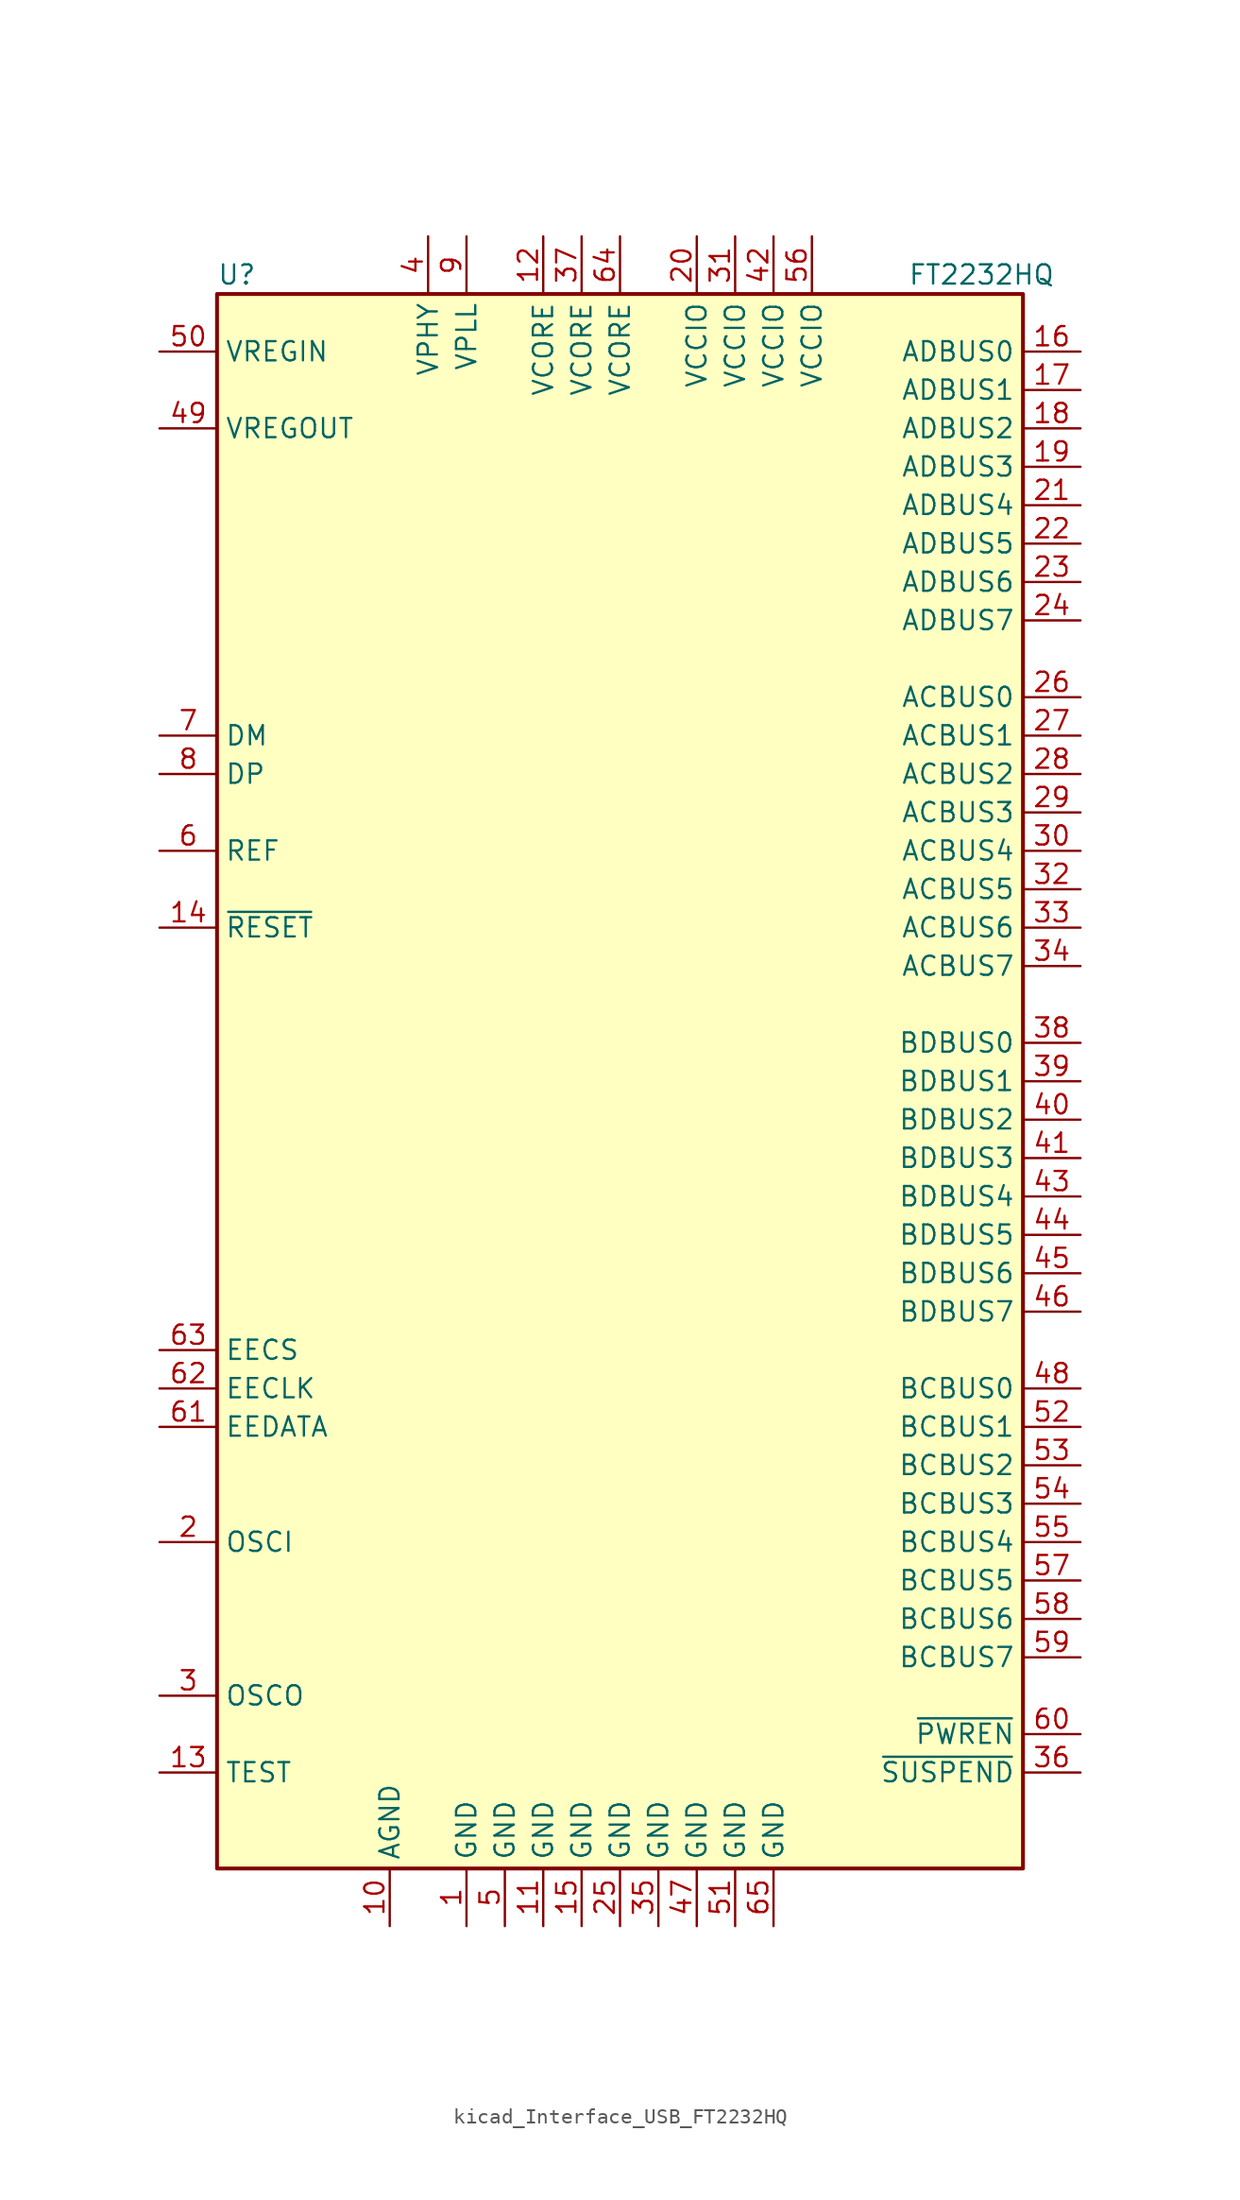
<source format=kicad_sym>
(kicad_symbol_lib
  (version 20220914)
  (generator kicad_symbol_editor)
  (symbol "kicad_Interface_USB_FT2232HQ"
    (property "Reference" "U"
      (at -26.67 53.34 0)
      (effects (font (size 1.27 1.27)) (justify left)))
    (property "Value" "FT2232HQ"
      (at 19.05 53.34 0)
      (effects (font (size 1.27 1.27)) (justify left)))
    (symbol "kicad_Interface_USB_FT2232HQ_0_1"
      (rectangle (start -26.67 -52.07) (end 26.67 52.07) (stroke (width 0.254) (type default)) (fill (type background))))
    (symbol "kicad_Interface_USB_FT2232HQ_1_1"
      (pin power_in line (at -10.16 -55.88 90) (length 3.81) (name "GND" (effects (font (size 1.27 1.27)))) (number "1" (effects (font (size 1.27 1.27)))))
      (pin power_in line (at -15.24 -55.88 90) (length 3.81) (name "AGND" (effects (font (size 1.27 1.27)))) (number "10" (effects (font (size 1.27 1.27)))))
      (pin power_in line (at -5.08 -55.88 90) (length 3.81) (name "GND" (effects (font (size 1.27 1.27)))) (number "11" (effects (font (size 1.27 1.27)))))
      (pin power_in line (at -5.08 55.88 270) (length 3.81) (name "VCORE" (effects (font (size 1.27 1.27)))) (number "12" (effects (font (size 1.27 1.27)))))
      (pin input line (at -30.48 -45.72 0) (length 3.81) (name "TEST" (effects (font (size 1.27 1.27)))) (number "13" (effects (font (size 1.27 1.27)))))
      (pin input line (at -30.48 10.16 0) (length 3.81) (name "~{RESET}" (effects (font (size 1.27 1.27)))) (number "14" (effects (font (size 1.27 1.27)))))
      (pin power_in line (at -2.54 -55.88 90) (length 3.81) (name "GND" (effects (font (size 1.27 1.27)))) (number "15" (effects (font (size 1.27 1.27)))))
      (pin bidirectional line (at 30.48 48.26 180) (length 3.81) (name "ADBUS0" (effects (font (size 1.27 1.27)))) (number "16" (effects (font (size 1.27 1.27)))))
      (pin bidirectional line (at 30.48 45.72 180) (length 3.81) (name "ADBUS1" (effects (font (size 1.27 1.27)))) (number "17" (effects (font (size 1.27 1.27)))))
      (pin bidirectional line (at 30.48 43.18 180) (length 3.81) (name "ADBUS2" (effects (font (size 1.27 1.27)))) (number "18" (effects (font (size 1.27 1.27)))))
      (pin bidirectional line (at 30.48 40.64 180) (length 3.81) (name "ADBUS3" (effects (font (size 1.27 1.27)))) (number "19" (effects (font (size 1.27 1.27)))))
      (pin input line (at -30.48 -30.48 0) (length 3.81) (name "OSCI" (effects (font (size 1.27 1.27)))) (number "2" (effects (font (size 1.27 1.27)))))
      (pin power_in line (at 5.08 55.88 270) (length 3.81) (name "VCCIO" (effects (font (size 1.27 1.27)))) (number "20" (effects (font (size 1.27 1.27)))))
      (pin bidirectional line (at 30.48 38.1 180) (length 3.81) (name "ADBUS4" (effects (font (size 1.27 1.27)))) (number "21" (effects (font (size 1.27 1.27)))))
      (pin bidirectional line (at 30.48 35.56 180) (length 3.81) (name "ADBUS5" (effects (font (size 1.27 1.27)))) (number "22" (effects (font (size 1.27 1.27)))))
      (pin bidirectional line (at 30.48 33.02 180) (length 3.81) (name "ADBUS6" (effects (font (size 1.27 1.27)))) (number "23" (effects (font (size 1.27 1.27)))))
      (pin bidirectional line (at 30.48 30.48 180) (length 3.81) (name "ADBUS7" (effects (font (size 1.27 1.27)))) (number "24" (effects (font (size 1.27 1.27)))))
      (pin power_in line (at 0 -55.88 90) (length 3.81) (name "GND" (effects (font (size 1.27 1.27)))) (number "25" (effects (font (size 1.27 1.27)))))
      (pin bidirectional line (at 30.48 25.4 180) (length 3.81) (name "ACBUS0" (effects (font (size 1.27 1.27)))) (number "26" (effects (font (size 1.27 1.27)))))
      (pin bidirectional line (at 30.48 22.86 180) (length 3.81) (name "ACBUS1" (effects (font (size 1.27 1.27)))) (number "27" (effects (font (size 1.27 1.27)))))
      (pin bidirectional line (at 30.48 20.32 180) (length 3.81) (name "ACBUS2" (effects (font (size 1.27 1.27)))) (number "28" (effects (font (size 1.27 1.27)))))
      (pin bidirectional line (at 30.48 17.78 180) (length 3.81) (name "ACBUS3" (effects (font (size 1.27 1.27)))) (number "29" (effects (font (size 1.27 1.27)))))
      (pin output line (at -30.48 -40.64 0) (length 3.81) (name "OSCO" (effects (font (size 1.27 1.27)))) (number "3" (effects (font (size 1.27 1.27)))))
      (pin bidirectional line (at 30.48 15.24 180) (length 3.81) (name "ACBUS4" (effects (font (size 1.27 1.27)))) (number "30" (effects (font (size 1.27 1.27)))))
      (pin power_in line (at 7.62 55.88 270) (length 3.81) (name "VCCIO" (effects (font (size 1.27 1.27)))) (number "31" (effects (font (size 1.27 1.27)))))
      (pin bidirectional line (at 30.48 12.7 180) (length 3.81) (name "ACBUS5" (effects (font (size 1.27 1.27)))) (number "32" (effects (font (size 1.27 1.27)))))
      (pin bidirectional line (at 30.48 10.16 180) (length 3.81) (name "ACBUS6" (effects (font (size 1.27 1.27)))) (number "33" (effects (font (size 1.27 1.27)))))
      (pin bidirectional line (at 30.48 7.62 180) (length 3.81) (name "ACBUS7" (effects (font (size 1.27 1.27)))) (number "34" (effects (font (size 1.27 1.27)))))
      (pin power_in line (at 2.54 -55.88 90) (length 3.81) (name "GND" (effects (font (size 1.27 1.27)))) (number "35" (effects (font (size 1.27 1.27)))))
      (pin output line (at 30.48 -45.72 180) (length 3.81) (name "~{SUSPEND}" (effects (font (size 1.27 1.27)))) (number "36" (effects (font (size 1.27 1.27)))))
      (pin power_in line (at -2.54 55.88 270) (length 3.81) (name "VCORE" (effects (font (size 1.27 1.27)))) (number "37" (effects (font (size 1.27 1.27)))))
      (pin bidirectional line (at 30.48 2.54 180) (length 3.81) (name "BDBUS0" (effects (font (size 1.27 1.27)))) (number "38" (effects (font (size 1.27 1.27)))))
      (pin bidirectional line (at 30.48 0 180) (length 3.81) (name "BDBUS1" (effects (font (size 1.27 1.27)))) (number "39" (effects (font (size 1.27 1.27)))))
      (pin power_in line (at -12.7 55.88 270) (length 3.81) (name "VPHY" (effects (font (size 1.27 1.27)))) (number "4" (effects (font (size 1.27 1.27)))))
      (pin bidirectional line (at 30.48 -2.54 180) (length 3.81) (name "BDBUS2" (effects (font (size 1.27 1.27)))) (number "40" (effects (font (size 1.27 1.27)))))
      (pin bidirectional line (at 30.48 -5.08 180) (length 3.81) (name "BDBUS3" (effects (font (size 1.27 1.27)))) (number "41" (effects (font (size 1.27 1.27)))))
      (pin power_in line (at 10.16 55.88 270) (length 3.81) (name "VCCIO" (effects (font (size 1.27 1.27)))) (number "42" (effects (font (size 1.27 1.27)))))
      (pin bidirectional line (at 30.48 -7.62 180) (length 3.81) (name "BDBUS4" (effects (font (size 1.27 1.27)))) (number "43" (effects (font (size 1.27 1.27)))))
      (pin bidirectional line (at 30.48 -10.16 180) (length 3.81) (name "BDBUS5" (effects (font (size 1.27 1.27)))) (number "44" (effects (font (size 1.27 1.27)))))
      (pin bidirectional line (at 30.48 -12.7 180) (length 3.81) (name "BDBUS6" (effects (font (size 1.27 1.27)))) (number "45" (effects (font (size 1.27 1.27)))))
      (pin bidirectional line (at 30.48 -15.24 180) (length 3.81) (name "BDBUS7" (effects (font (size 1.27 1.27)))) (number "46" (effects (font (size 1.27 1.27)))))
      (pin power_in line (at 5.08 -55.88 90) (length 3.81) (name "GND" (effects (font (size 1.27 1.27)))) (number "47" (effects (font (size 1.27 1.27)))))
      (pin bidirectional line (at 30.48 -20.32 180) (length 3.81) (name "BCBUS0" (effects (font (size 1.27 1.27)))) (number "48" (effects (font (size 1.27 1.27)))))
      (pin power_out line (at -30.48 43.18 0) (length 3.81) (name "VREGOUT" (effects (font (size 1.27 1.27)))) (number "49" (effects (font (size 1.27 1.27)))))
      (pin power_in line (at -7.62 -55.88 90) (length 3.81) (name "GND" (effects (font (size 1.27 1.27)))) (number "5" (effects (font (size 1.27 1.27)))))
      (pin power_in line (at -30.48 48.26 0) (length 3.81) (name "VREGIN" (effects (font (size 1.27 1.27)))) (number "50" (effects (font (size 1.27 1.27)))))
      (pin power_in line (at 7.62 -55.88 90) (length 3.81) (name "GND" (effects (font (size 1.27 1.27)))) (number "51" (effects (font (size 1.27 1.27)))))
      (pin bidirectional line (at 30.48 -22.86 180) (length 3.81) (name "BCBUS1" (effects (font (size 1.27 1.27)))) (number "52" (effects (font (size 1.27 1.27)))))
      (pin bidirectional line (at 30.48 -25.4 180) (length 3.81) (name "BCBUS2" (effects (font (size 1.27 1.27)))) (number "53" (effects (font (size 1.27 1.27)))))
      (pin bidirectional line (at 30.48 -27.94 180) (length 3.81) (name "BCBUS3" (effects (font (size 1.27 1.27)))) (number "54" (effects (font (size 1.27 1.27)))))
      (pin bidirectional line (at 30.48 -30.48 180) (length 3.81) (name "BCBUS4" (effects (font (size 1.27 1.27)))) (number "55" (effects (font (size 1.27 1.27)))))
      (pin power_in line (at 12.7 55.88 270) (length 3.81) (name "VCCIO" (effects (font (size 1.27 1.27)))) (number "56" (effects (font (size 1.27 1.27)))))
      (pin bidirectional line (at 30.48 -33.02 180) (length 3.81) (name "BCBUS5" (effects (font (size 1.27 1.27)))) (number "57" (effects (font (size 1.27 1.27)))))
      (pin bidirectional line (at 30.48 -35.56 180) (length 3.81) (name "BCBUS6" (effects (font (size 1.27 1.27)))) (number "58" (effects (font (size 1.27 1.27)))))
      (pin bidirectional line (at 30.48 -38.1 180) (length 3.81) (name "BCBUS7" (effects (font (size 1.27 1.27)))) (number "59" (effects (font (size 1.27 1.27)))))
      (pin output line (at -30.48 15.24 0) (length 3.81) (name "REF" (effects (font (size 1.27 1.27)))) (number "6" (effects (font (size 1.27 1.27)))))
      (pin output line (at 30.48 -43.18 180) (length 3.81) (name "~{PWREN}" (effects (font (size 1.27 1.27)))) (number "60" (effects (font (size 1.27 1.27)))))
      (pin bidirectional line (at -30.48 -22.86 0) (length 3.81) (name "EEDATA" (effects (font (size 1.27 1.27)))) (number "61" (effects (font (size 1.27 1.27)))))
      (pin output line (at -30.48 -20.32 0) (length 3.81) (name "EECLK" (effects (font (size 1.27 1.27)))) (number "62" (effects (font (size 1.27 1.27)))))
      (pin output line (at -30.48 -17.78 0) (length 3.81) (name "EECS" (effects (font (size 1.27 1.27)))) (number "63" (effects (font (size 1.27 1.27)))))
      (pin power_in line (at 0 55.88 270) (length 3.81) (name "VCORE" (effects (font (size 1.27 1.27)))) (number "64" (effects (font (size 1.27 1.27)))))
      (pin power_in line (at 10.16 -55.88 90) (length 3.81) (name "GND" (effects (font (size 1.27 1.27)))) (number "65" (effects (font (size 1.27 1.27)))))
      (pin bidirectional line (at -30.48 22.86 0) (length 3.81) (name "DM" (effects (font (size 1.27 1.27)))) (number "7" (effects (font (size 1.27 1.27)))))
      (pin bidirectional line (at -30.48 20.32 0) (length 3.81) (name "DP" (effects (font (size 1.27 1.27)))) (number "8" (effects (font (size 1.27 1.27)))))
      (pin input line (at -10.16 55.88 270) (length 3.81) (name "VPLL" (effects (font (size 1.27 1.27)))) (number "9" (effects (font (size 1.27 1.27))))))))
</source>
